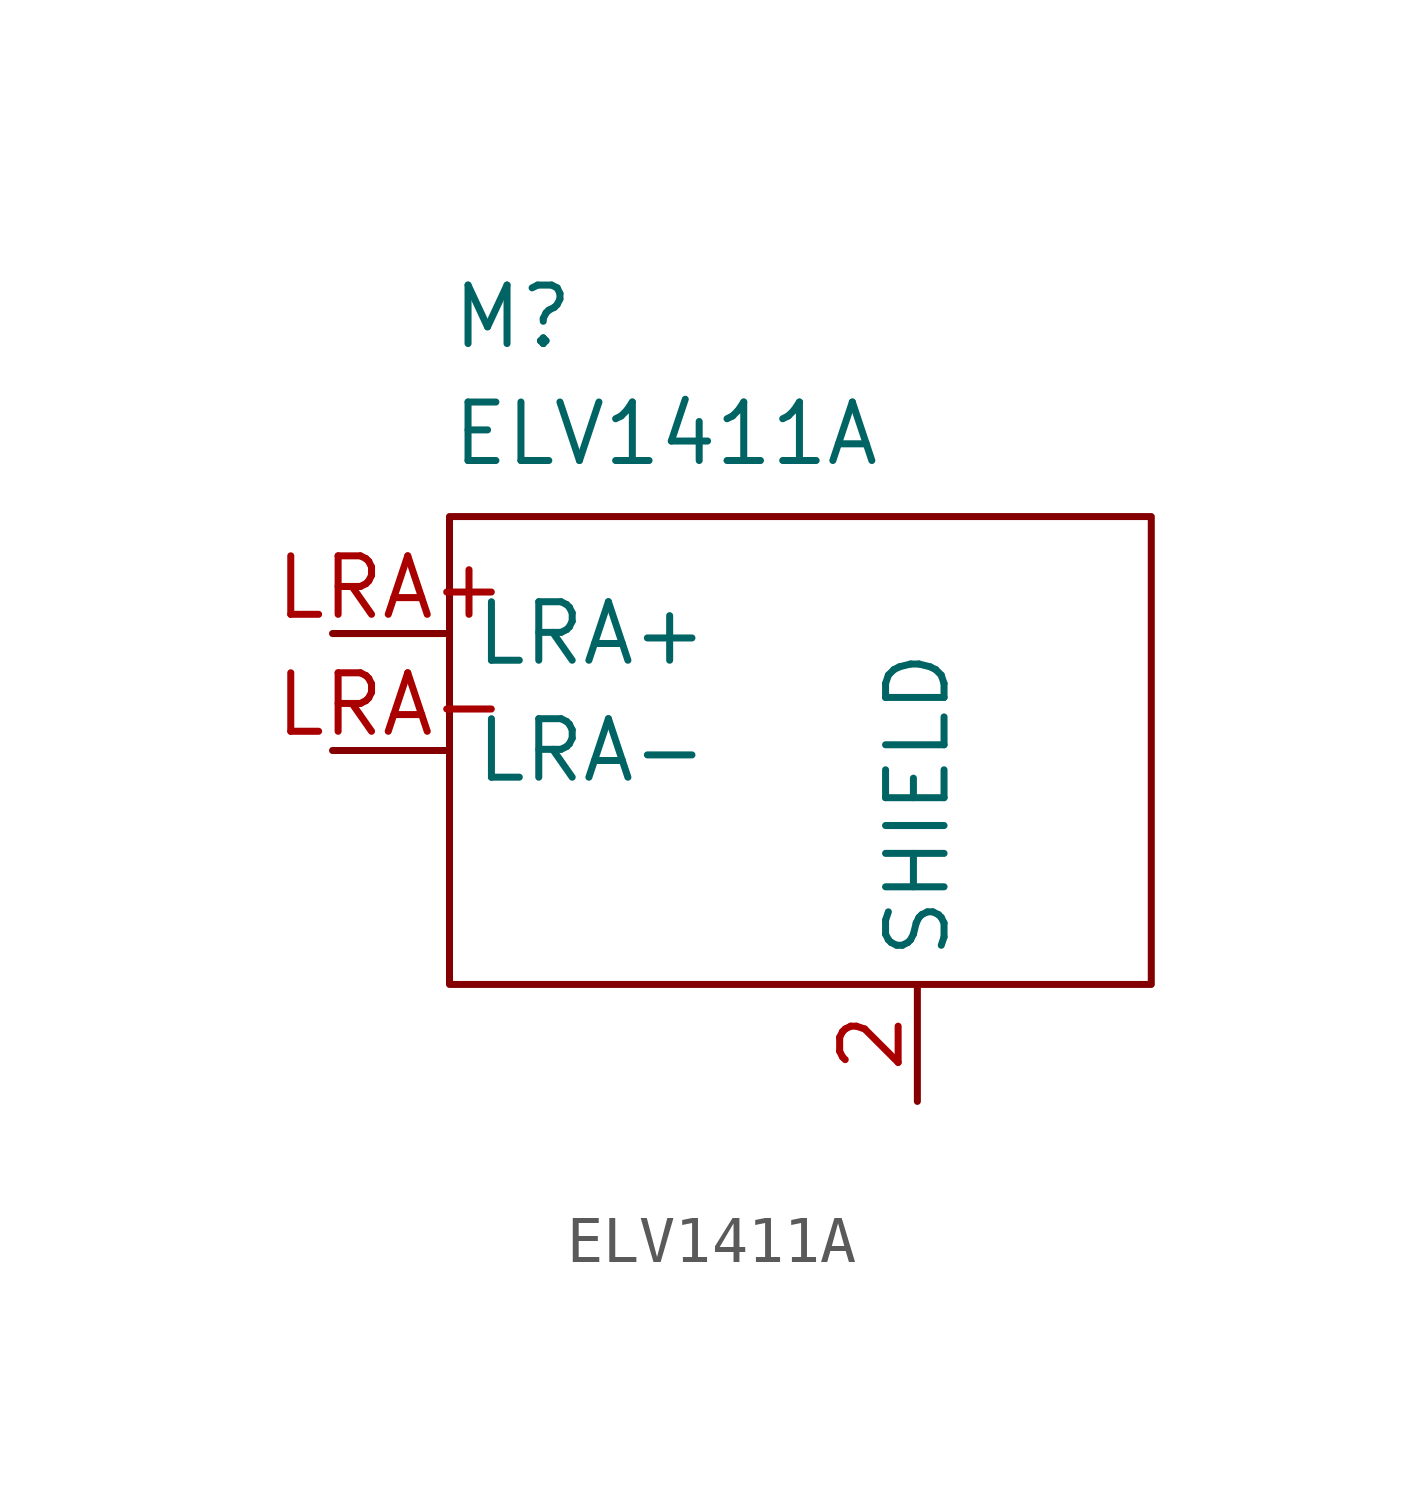
<source format=kicad_sym>
(kicad_symbol_lib
  (version 20241209)
  (generator "kicad_symbol_editor")
  (generator_version "9.0")
  (symbol "ELV1411A"
    (property "Reference" "M"
      (at 2.54 7.62 0)
      (effects (font (size 1.27 1.27)) (justify left top)))
    (property "Value" "ELV1411A"
      (at 2.54 5.08 0)
      (effects (font (size 1.27 1.27)) (justify left top)))
    (symbol "ELV1411A_0_1"
      (rectangle (start 2.54 2.54) (end 17.78 -7.62) (stroke (width 0) (type default)) (fill (type none))))
    (symbol "ELV1411A_1_1"
      (pin input line (at 0 0 0) (length 2.54) (name "LRA+" (effects (font (size 1.27 1.27)))) (number "LRA+" (effects (font (size 1.27 1.27)))))
      (pin input line (at 0 -2.54 0) (length 2.54) (name "LRA-" (effects (font (size 1.27 1.27)))) (number "LRA-" (effects (font (size 1.27 1.27)))))
      (pin passive line (at 12.7 -10.16 90) (length 2.54) (name "SHIELD" (effects (font (size 1.27 1.27)))) (number "2" (effects (font (size 1.27 1.27))))))))
</source>
